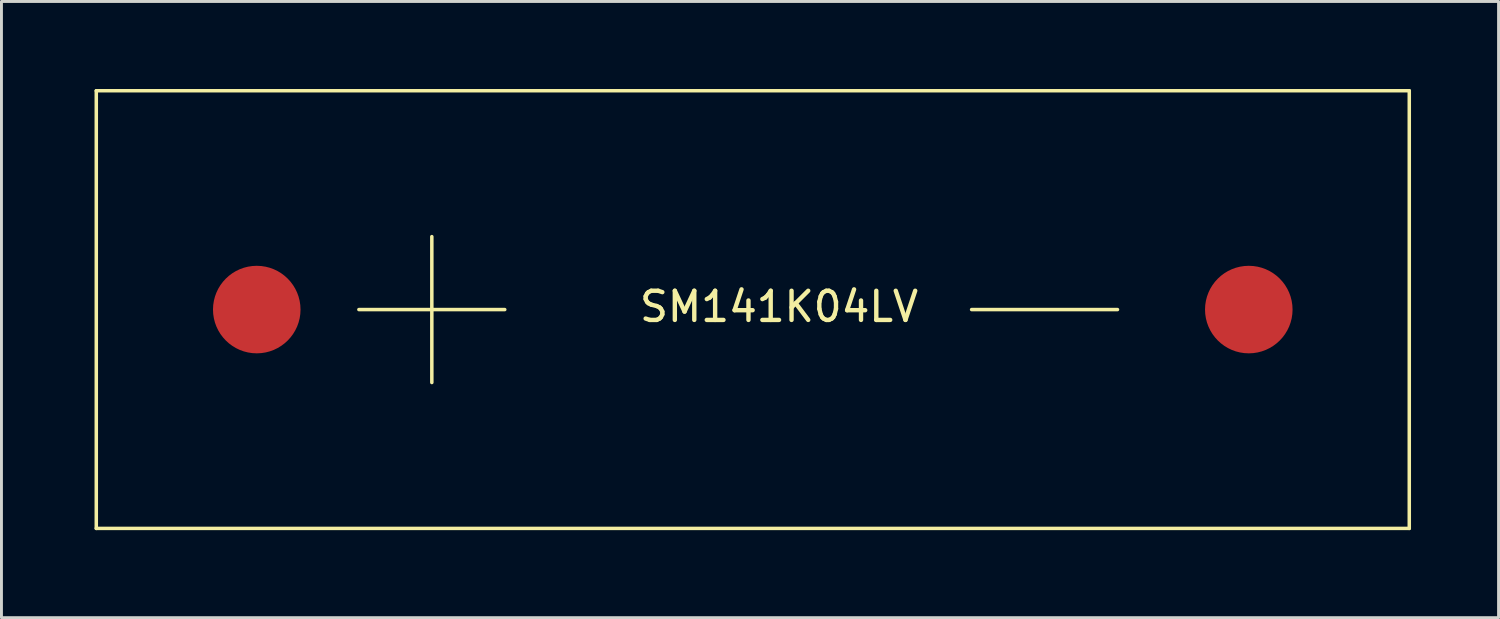
<source format=kicad_pcb>
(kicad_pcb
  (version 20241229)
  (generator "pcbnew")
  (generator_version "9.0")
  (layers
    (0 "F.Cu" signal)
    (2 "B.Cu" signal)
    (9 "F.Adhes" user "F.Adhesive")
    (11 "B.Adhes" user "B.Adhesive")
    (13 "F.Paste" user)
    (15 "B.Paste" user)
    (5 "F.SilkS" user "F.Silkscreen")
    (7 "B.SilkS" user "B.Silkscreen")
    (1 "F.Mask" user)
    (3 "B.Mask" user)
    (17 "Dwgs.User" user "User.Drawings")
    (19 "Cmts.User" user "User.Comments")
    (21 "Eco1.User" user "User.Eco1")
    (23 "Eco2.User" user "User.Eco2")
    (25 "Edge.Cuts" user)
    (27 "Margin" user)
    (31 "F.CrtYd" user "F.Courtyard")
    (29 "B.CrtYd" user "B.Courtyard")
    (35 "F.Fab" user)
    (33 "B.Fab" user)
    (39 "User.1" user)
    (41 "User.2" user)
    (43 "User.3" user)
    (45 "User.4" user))
  (footprint "SM141K04LV"
    (layer "F.Cu")
    (at 0.25 7.56)
    (property "Reference" "SM141K04LV" (at 23.4 -0.1 0) (layer "F.SilkS") (effects (font (size 1 1) (thickness 0.15))))
    (attr through_hole)
    (fp_line (start 0 -7.5) (end 45 -7.5) (stroke (width 0.12) (type solid)) (layer "F.SilkS"))
    (fp_line (start 0 7.5) (end 0 -7.5) (stroke (width 0.12) (type solid)) (layer "F.SilkS"))
    (fp_line (start 9 0) (end 14 0) (stroke (width 0.12) (type solid)) (layer "F.SilkS"))
    (fp_line (start 11.5 -2.5) (end 11.5 2.5) (stroke (width 0.12) (type solid)) (layer "F.SilkS"))
    (fp_line (start 30 0) (end 35 0) (stroke (width 0.12) (type solid)) (layer "F.SilkS"))
    (fp_line (start 45 7.5) (end 0 7.5) (stroke (width 0.12) (type solid)) (layer "F.SilkS"))
    (fp_line (start 45 7.5) (end 45 -7.5) (stroke (width 0.12) (type solid)) (layer "F.SilkS"))
    (pad "1" smd circle (at 5.5 0) (size 3 3) (layers "F.Cu" "F.Mask" "F.Paste"))
    (pad "2" smd circle (at 39.5 0) (size 3 3) (layers "F.Cu" "F.Mask" "F.Paste")))
  (gr_rect
    (start -3 -3)
    (end 48.31 18.12)
    (stroke (width 0.1) (type default))
    (fill no)
    (layer "Edge.Cuts")))
</source>
